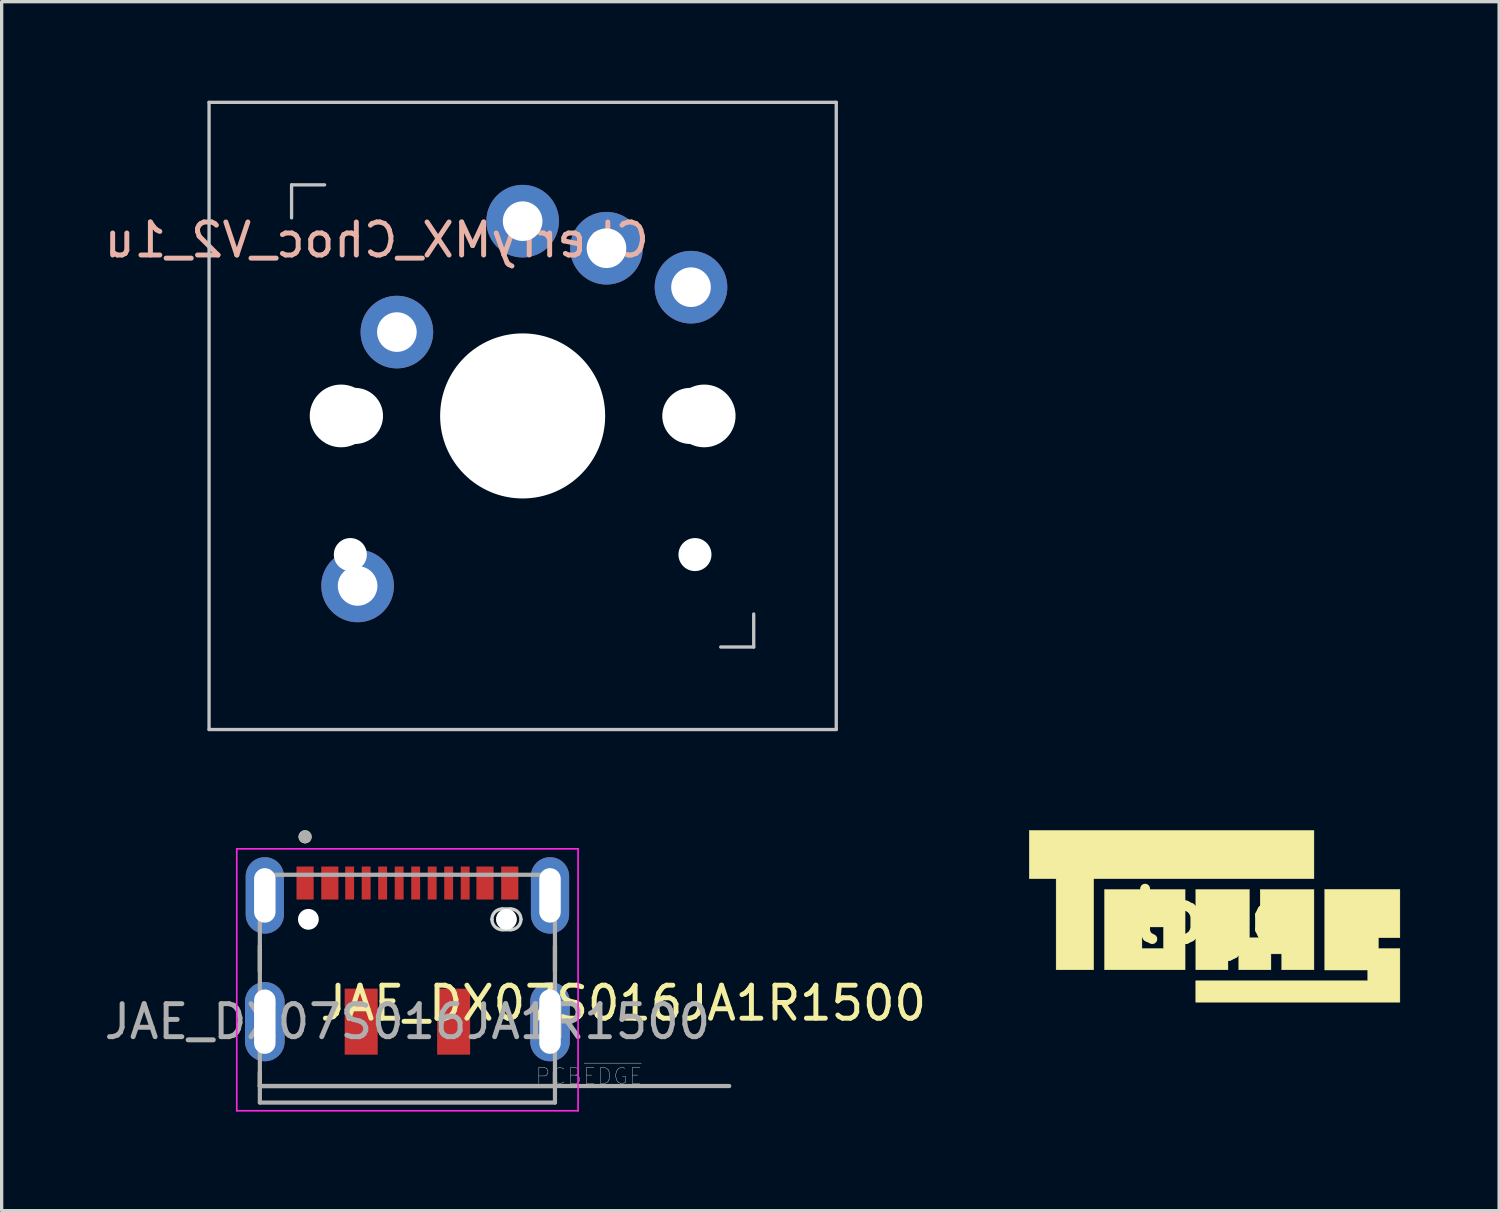
<source format=kicad_pcb>
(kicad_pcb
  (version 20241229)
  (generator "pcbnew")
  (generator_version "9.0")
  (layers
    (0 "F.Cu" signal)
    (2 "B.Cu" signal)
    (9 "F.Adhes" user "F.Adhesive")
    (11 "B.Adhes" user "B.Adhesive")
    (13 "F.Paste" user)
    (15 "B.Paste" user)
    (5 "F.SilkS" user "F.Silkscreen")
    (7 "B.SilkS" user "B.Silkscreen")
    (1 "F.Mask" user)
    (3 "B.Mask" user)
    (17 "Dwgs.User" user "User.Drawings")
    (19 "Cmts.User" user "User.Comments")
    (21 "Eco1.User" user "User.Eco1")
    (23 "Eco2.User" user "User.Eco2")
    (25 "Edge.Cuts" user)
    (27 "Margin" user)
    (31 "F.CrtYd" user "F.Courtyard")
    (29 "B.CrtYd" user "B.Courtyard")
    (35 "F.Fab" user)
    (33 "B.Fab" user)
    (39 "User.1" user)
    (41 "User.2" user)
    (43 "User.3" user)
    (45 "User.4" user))
  (footprint "logo"
    (layer "F.Cu")
    (at 33.744 24.708)
    (property "Reference" "logo" (at 0 0 0) (layer "F.SilkS") (effects (font (size 1.524 1.524) (thickness 0.3))))
    (attr through_hole)
    (fp_poly (pts (xy 3.011 -1.137) (xy -3.662 -1.137) (xy -3.662 1.622) (xy -4.801 1.622) (xy -4.801 -1.137) (xy -5.615 -1.137) (xy -5.615 -2.603) (xy 3.011 -2.603) (xy 3.011 -1.137)) (stroke (width 0.01) (type solid)) (fill yes) (layer "F.SilkS"))
    (fp_poly (pts (xy -0.893 1.622) (xy -3.335 1.622) (xy -3.335 0.324) (xy -2.2 0.324) (xy -2.2 0.975) (xy -1.549 0.975) (xy -1.549 0.324) (xy -2.2 0.324) (xy -3.335 0.324) (xy -3.335 -0.813) (xy -0.893 -0.813) (xy -0.893 1.622)) (stroke (width 0.01) (type solid)) (fill yes) (layer "F.SilkS"))
    (fp_poly (pts (xy 5.615 0.651) (xy 4.965 0.651) (xy 4.965 0.975) (xy 5.615 0.975) (xy 5.615 2.604) (xy -0.572 2.604) (xy -0.572 1.952) (xy 4.638 1.952) (xy 4.638 1.628) (xy 3.335 1.628) (xy 3.335 -0.817) (xy 5.615 -0.817) (xy 5.615 0.651)) (stroke (width 0.01) (type solid)) (fill yes) (layer "F.SilkS"))
    (fp_poly (pts (xy 1.057 0.649) (xy 1.381 0.649) (xy 1.381 -0.813) (xy 3.011 -0.813) (xy 3.011 1.622) (xy 2.032 1.622) (xy 2.032 1.139) (xy 1.708 1.139) (xy 1.708 1.622) (xy 0.731 1.622) (xy 0.731 1.139) (xy 0.406 1.139) (xy 0.406 1.622) (xy -0.569 1.622) (xy -0.569 -0.813) (xy 1.057 -0.813) (xy 1.057 0.649)) (stroke (width 0.01) (type solid)) (fill yes) (layer "F.SilkS")))
  (footprint "CherryMX_Choc_V2_1u"
    (layer "F.Cu")
    (at 12.783 9.55)
    (property "Reference" "CherryMX_Choc_V2_1u" (at -4.42 -5.33 180) (layer "B.SilkS") (effects (font (size 1 1) (thickness 0.15)) (justify mirror)))
    (attr through_hole)
    (fp_line (start -9.5 -9.5) (end 9.5 -9.5) (stroke (width 0.1) (type solid)) (layer "Dwgs.User"))
    (fp_line (start -9.5 9.5) (end -9.5 -9.5) (stroke (width 0.1) (type solid)) (layer "Dwgs.User"))
    (fp_line (start -7 -7) (end -6 -7) (stroke (width 0.1) (type solid)) (layer "Dwgs.User"))
    (fp_line (start -7 -6) (end -7 -7) (stroke (width 0.1) (type solid)) (layer "Dwgs.User"))
    (fp_line (start 6 7) (end 7 7) (stroke (width 0.1) (type solid)) (layer "Dwgs.User"))
    (fp_line (start 7 7) (end 7 6) (stroke (width 0.1) (type solid)) (layer "Dwgs.User"))
    (fp_line (start 9.5 -9.5) (end 9.5 9.5) (stroke (width 0.1) (type solid)) (layer "Dwgs.User"))
    (fp_line (start 9.5 9.5) (end -9.5 9.5) (stroke (width 0.1) (type solid)) (layer "Dwgs.User"))
    (pad "" np_thru_hole circle (at -5.5 0 90) (size 1.9 1.9) (drill 1.9) (layers "*.Cu" "*.Mask"))
    (pad "" np_thru_hole circle (at -5.22 4.2) (size 1 1) (drill 1) (layers "*.Cu"))
    (pad "" np_thru_hole circle (at -5.08 0) (size 1.7 1.7) (drill 1.7) (layers "*.Cu" "*.Mask"))
    (pad "" np_thru_hole circle (at 0 0 90) (size 5 5) (drill 5) (layers "*.Cu" "*.Mask"))
    (pad "" np_thru_hole circle (at 5.08 0) (size 1.7 1.7) (drill 1.7) (layers "*.Cu" "*.Mask"))
    (pad "" np_thru_hole circle (at 5.22 4.2) (size 1 1) (drill 1) (layers "*.Cu" "*.Mask"))
    (pad "" np_thru_hole circle (at 5.5 0 90) (size 1.9 1.9) (drill 1.9) (layers "*.Cu" "*.Mask"))
    (pad "1" thru_hole circle (at -3.81 -2.54 50) (size 2.2 2.2) (drill 1.2) (layers "*.Cu" "*.Mask"))
    (pad "1" thru_hole circle (at 5.1 -3.9 310) (size 2.2 2.2) (drill 1.2) (layers "*.Cu" "*.Mask"))
    (pad "2" thru_hole circle (at 0 -5.9 90) (size 2.2 2.2) (drill 1.2) (layers "*.Cu" "*.Mask"))
    (pad "2" thru_hole circle (at 2.54 -5.08) (size 2.2 2.2) (drill 1.2) (layers "*.Cu" "*.Mask"))
    (pad "3" thru_hole circle (at -5 5.15) (size 2.2 2.2) (drill 1.2) (layers "*.Cu" "*.Mask")))
  (footprint "JAE_DX07S016JA1R1500"
    (layer "F.Cu")
    (at 9.292 24.8)
    (property "Reference" "JAE_DX07S016JA1R1500" (at 6.54 2.54 180) (layer "F.SilkS") (effects (font (size 1 1) (thickness 0.15))))
    (attr through_hole)
    (fp_line (start -4.47 0.805) (end -4.47 1.57) (stroke (width 0.127) (type solid)) (layer "F.SilkS"))
    (fp_line (start -4.47 5.05) (end -4.47 4.63) (stroke (width 0.127) (type solid)) (layer "F.SilkS"))
    (fp_line (start 4.47 0.805) (end 4.47 1.57) (stroke (width 0.127) (type solid)) (layer "F.SilkS"))
    (fp_line (start 4.47 4.63) (end 4.47 5.05) (stroke (width 0.127) (type solid)) (layer "F.SilkS"))
    (fp_line (start 4.47 5.05) (end -4.47 5.05) (stroke (width 0.127) (type solid)) (layer "F.SilkS"))
    (fp_circle (center -3.1 -2.5) (end -3 -2.5) (stroke (width 0.2) (type solid)) (fill no) (layer "F.SilkS"))
    (fp_line (start 2.875 -0.315) (end 3.125 -0.315) (stroke (width 0.1) (type solid)) (layer "Edge.Cuts"))
    (fp_line (start 3.125 0.315) (end 2.875 0.315) (stroke (width 0.1) (type solid)) (layer "Edge.Cuts"))
    (fp_arc (start 2.56 0) (mid 2.652261 -0.222739) (end 2.875 -0.315) (stroke (width 0.1) (type solid)) (layer "Edge.Cuts"))
    (fp_arc (start 2.875 0.315) (mid 2.652261 0.222739) (end 2.56 0) (stroke (width 0.1) (type solid)) (layer "Edge.Cuts"))
    (fp_arc (start 3.125 -0.315) (mid 3.347739 -0.222739) (end 3.44 0) (stroke (width 0.1) (type solid)) (layer "Edge.Cuts"))
    (fp_arc (start 3.44 0) (mid 3.347739 0.222739) (end 3.125 0.315) (stroke (width 0.1) (type solid)) (layer "Edge.Cuts"))
    (fp_line (start -5.17 -2.135) (end 5.17 -2.135) (stroke (width 0.05) (type solid)) (layer "F.CrtYd"))
    (fp_line (start -5.17 5.8) (end -5.17 -2.135) (stroke (width 0.05) (type solid)) (layer "F.CrtYd"))
    (fp_line (start 5.17 -2.135) (end 5.17 5.8) (stroke (width 0.05) (type solid)) (layer "F.CrtYd"))
    (fp_line (start 5.17 5.8) (end -5.17 5.8) (stroke (width 0.05) (type solid)) (layer "F.CrtYd"))
    (fp_line (start -4.47 -1.35) (end 4.47 -1.35) (stroke (width 0.127) (type solid)) (layer "F.Fab"))
    (fp_line (start -4.47 5.05) (end -4.47 -1.35) (stroke (width 0.127) (type solid)) (layer "F.Fab"))
    (fp_line (start -4.47 5.55) (end -4.47 5.05) (stroke (width 0.127) (type solid)) (layer "F.Fab"))
    (fp_line (start 4.47 -1.35) (end 4.47 5.05) (stroke (width 0.127) (type solid)) (layer "F.Fab"))
    (fp_line (start 4.47 5.05) (end -4.47 5.05) (stroke (width 0.127) (type solid)) (layer "F.Fab"))
    (fp_line (start 4.47 5.05) (end 4.47 5.55) (stroke (width 0.127) (type solid)) (layer "F.Fab"))
    (fp_line (start 4.47 5.05) (end 9.75 5.05) (stroke (width 0.127) (type solid)) (layer "F.Fab"))
    (fp_line (start 4.47 5.55) (end -4.47 5.55) (stroke (width 0.127) (type solid)) (layer "F.Fab"))
    (fp_circle (center -3.1 -2.5) (end -3 -2.5) (stroke (width 0.2) (type solid)) (fill no) (layer "F.Fab"))
    (fp_text user "${REFERENCE}" (at 0 3.1 180) (layer "F.Fab") (effects (font (size 1 1) (thickness 0.15))))
    (fp_text user "PCB~{EDGE}" (at 5.5 4.75 180) (layer "F.Fab") (effects (font (size 0.48 0.48) (thickness 0.015))))
    (pad "" np_thru_hole circle (at -3 0) (size 0.63 0.63) (drill 0.63) (layers "*.Cu" "*.Mask"))
    (pad "" np_thru_hole circle (at 3 0) (size 0.6 0.6) (drill 0.6) (layers "*.Cu" "*.Mask"))
    (pad "" np_thru_hole circle (at 3 0) (size 0.63 0.63) (drill 0.63) (layers "*.Cu" "*.Mask"))
    (pad "A1" smd rect (at -3.1 -1.1) (size 0.52 1) (layers "F.Cu" "F.Mask" "F.Paste"))
    (pad "A4" smd rect (at -2.35 -1.1) (size 0.52 1) (layers "F.Cu" "F.Mask" "F.Paste"))
    (pad "A5" smd rect (at -1.75 -1.1) (size 0.27 1) (layers "F.Cu" "F.Mask" "F.Paste"))
    (pad "A6" smd rect (at -0.25 -1.1) (size 0.27 1) (layers "F.Cu" "F.Mask" "F.Paste"))
    (pad "A7" smd rect (at 0.75 -1.1) (size 0.27 1) (layers "F.Cu" "F.Mask" "F.Paste"))
    (pad "A8" smd rect (at 1.75 -1.1) (size 0.27 1) (layers "F.Cu" "F.Mask" "F.Paste"))
    (pad "A9" smd rect (at 2.35 -1.1) (size 0.52 1) (layers "F.Cu" "F.Mask" "F.Paste"))
    (pad "A12" smd rect (at 3.1 -1.1) (size 0.52 1) (layers "F.Cu" "F.Mask" "F.Paste"))
    (pad "B5" smd rect (at 1.25 -1.1) (size 0.27 1) (layers "F.Cu" "F.Mask" "F.Paste"))
    (pad "B6" smd rect (at 0.25 -1.1) (size 0.27 1) (layers "F.Cu" "F.Mask" "F.Paste"))
    (pad "B7" smd rect (at -0.75 -1.1) (size 0.27 1) (layers "F.Cu" "F.Mask" "F.Paste"))
    (pad "B8" smd rect (at -1.25 -1.1) (size 0.27 1) (layers "F.Cu" "F.Mask" "F.Paste"))
    (pad "S1" smd rect (at -1.4 3.1) (size 1 2) (layers "F.Cu" "F.Mask" "F.Paste"))
    (pad "S2" smd rect (at 1.4 3.1) (size 1 2) (layers "F.Cu" "F.Mask" "F.Paste"))
    (pad "S3" thru_hole oval (at -4.32 -0.725) (size 1.158 2.316) (drill oval 0.65 1.65) (layers "*.Cu" "*.Mask"))
    (pad "S4" thru_hole oval (at 4.32 -0.725) (size 1.158 2.316) (drill oval 0.65 1.65) (layers "*.Cu" "*.Mask"))
    (pad "S5" thru_hole oval (at -4.32 3.1) (size 1.2 2.4) (drill oval 0.65 1.95) (layers "*.Cu" "*.Mask"))
    (pad "S6" thru_hole oval (at 4.32 3.1) (size 1.2 2.4) (drill oval 0.65 1.95) (layers "*.Cu" "*.Mask")))
  (gr_rect
    (start -3 -3)
    (end 42.364 33.625)
    (stroke (width 0.1) (type default))
    (fill no)
    (layer "Edge.Cuts")))
</source>
